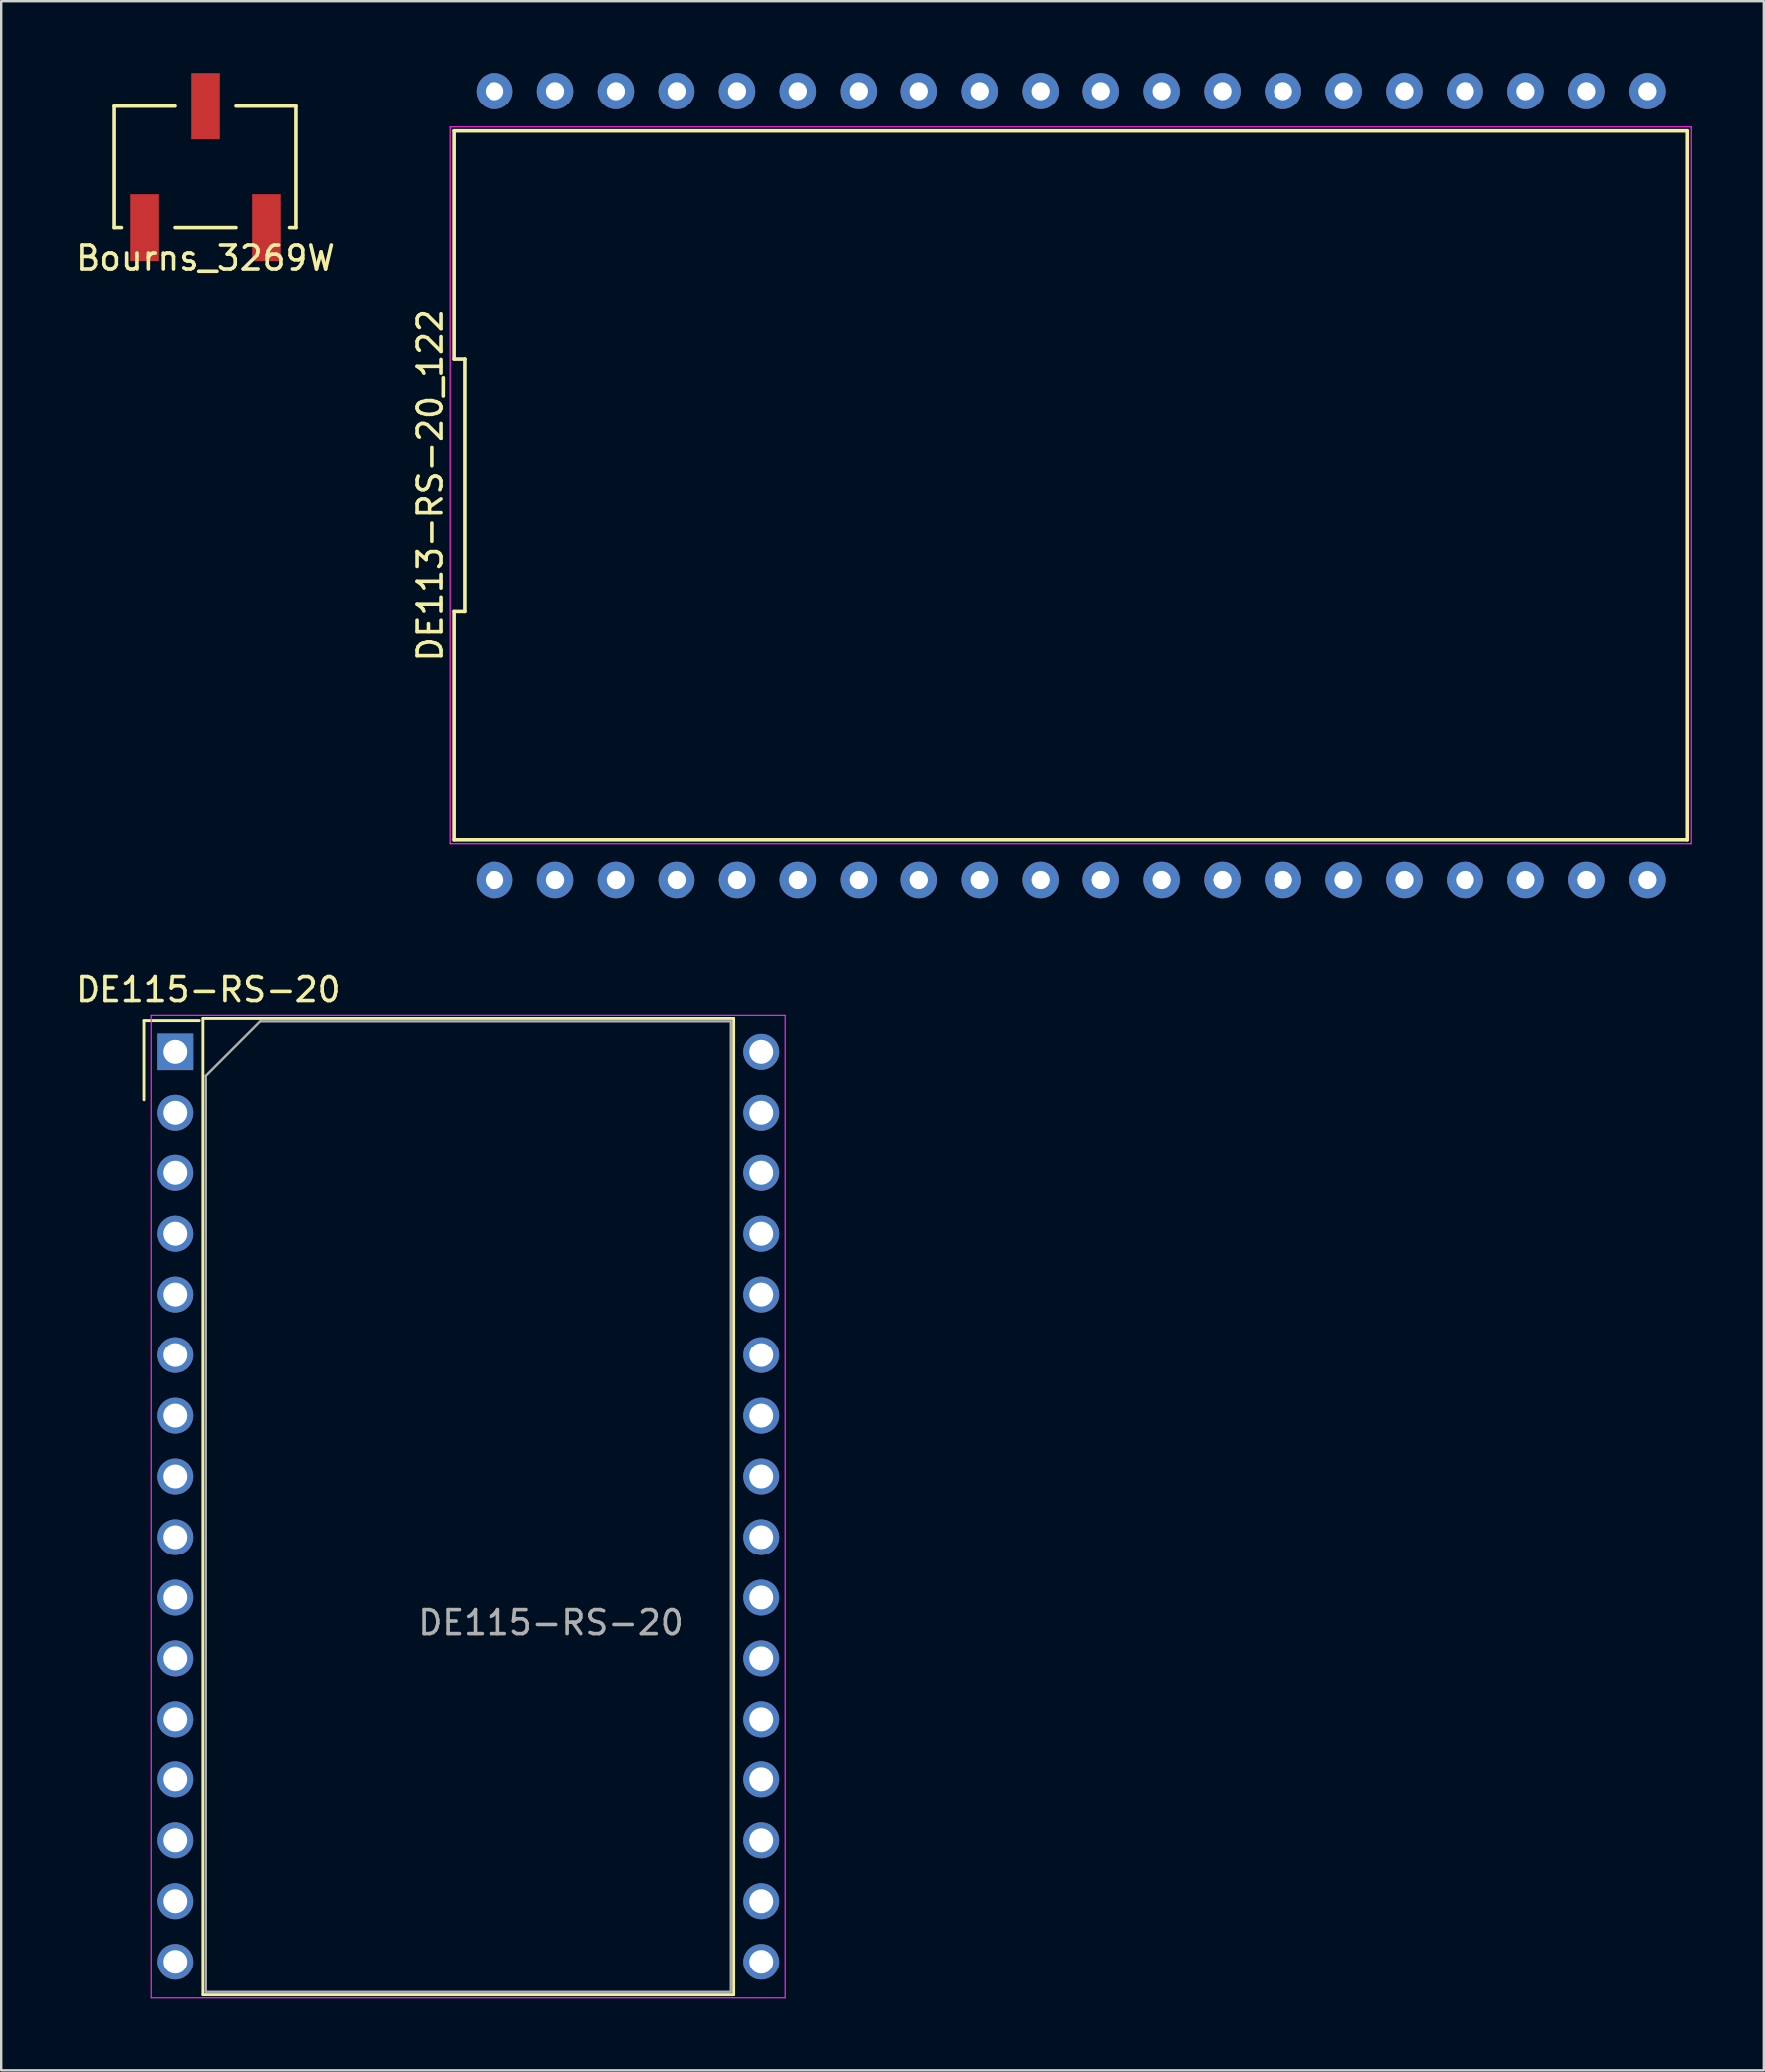
<source format=kicad_pcb>
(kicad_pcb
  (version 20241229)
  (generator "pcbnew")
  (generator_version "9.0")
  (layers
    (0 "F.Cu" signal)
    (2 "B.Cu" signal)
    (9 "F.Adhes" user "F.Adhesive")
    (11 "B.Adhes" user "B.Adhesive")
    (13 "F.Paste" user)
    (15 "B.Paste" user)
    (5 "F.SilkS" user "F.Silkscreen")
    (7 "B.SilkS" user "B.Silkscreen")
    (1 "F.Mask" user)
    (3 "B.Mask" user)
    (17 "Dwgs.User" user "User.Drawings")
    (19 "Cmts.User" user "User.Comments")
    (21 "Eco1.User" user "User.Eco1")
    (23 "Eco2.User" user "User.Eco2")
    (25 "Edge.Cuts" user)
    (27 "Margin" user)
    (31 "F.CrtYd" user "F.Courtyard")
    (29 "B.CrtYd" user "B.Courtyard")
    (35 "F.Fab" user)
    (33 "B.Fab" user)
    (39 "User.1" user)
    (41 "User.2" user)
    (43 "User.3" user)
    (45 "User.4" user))
  (footprint "DE113-RS-20_122"
    (layer "F.Cu")
    (at 41.79 17.272)
    (property "Reference" "DE113-RS-20_122" (at -26.835 0 90) (layer "F.SilkS") (effects (font (size 1 1) (thickness 0.15))))
    (attr through_hole)
    (fp_line (start -25.835 -5.278) (end -25.385 -5.278) (stroke (width 0.15) (type solid)) (layer "F.SilkS"))
    (fp_line (start -25.835 5.278) (end -25.835 14.835) (stroke (width 0.15) (type solid)) (layer "F.SilkS"))
    (fp_line (start -25.835 14.835) (end 25.835 14.835) (stroke (width 0.15) (type solid)) (layer "F.SilkS"))
    (fp_line (start -25.835 -14.835) (end -25.835 -5.278) (stroke (width 0.15) (type solid)) (layer "F.SilkS"))
    (fp_line (start -25.385 -5.278) (end -25.385 5.278) (stroke (width 0.15) (type solid)) (layer "F.SilkS"))
    (fp_line (start -25.385 5.278) (end -25.835 5.278) (stroke (width 0.15) (type solid)) (layer "F.SilkS"))
    (fp_line (start 25.835 -14.835) (end -25.835 -14.835) (stroke (width 0.15) (type solid)) (layer "F.SilkS"))
    (fp_line (start 25.835 14.835) (end 25.835 -14.835) (stroke (width 0.15) (type solid)) (layer "F.SilkS"))
    (fp_line (start -26 -15) (end 26 -15) (stroke (width 0.05) (type solid)) (layer "F.CrtYd"))
    (fp_line (start -26 15) (end -26 -15) (stroke (width 0.05) (type solid)) (layer "F.CrtYd"))
    (fp_line (start 26 -15) (end 26 15) (stroke (width 0.05) (type solid)) (layer "F.CrtYd"))
    (fp_line (start 26 15) (end -26 15) (stroke (width 0.05) (type solid)) (layer "F.CrtYd"))
    (pad "1" thru_hole circle (at -24.13 16.51) (size 1.524 1.524) (drill 0.762) (layers "*.Cu" "*.Mask"))
    (pad "2" thru_hole circle (at -21.59 16.51) (size 1.524 1.524) (drill 0.762) (layers "*.Cu" "*.Mask"))
    (pad "3" thru_hole circle (at -19.05 16.51) (size 1.524 1.524) (drill 0.762) (layers "*.Cu" "*.Mask"))
    (pad "4" thru_hole circle (at -16.51 16.51) (size 1.524 1.524) (drill 0.762) (layers "*.Cu" "*.Mask"))
    (pad "5" thru_hole circle (at -13.97 16.51) (size 1.524 1.524) (drill 0.762) (layers "*.Cu" "*.Mask"))
    (pad "6" thru_hole circle (at -11.43 16.51) (size 1.524 1.524) (drill 0.762) (layers "*.Cu" "*.Mask"))
    (pad "7" thru_hole circle (at -8.89 16.51) (size 1.524 1.524) (drill 0.762) (layers "*.Cu" "*.Mask"))
    (pad "8" thru_hole circle (at -6.35 16.51) (size 1.524 1.524) (drill 0.762) (layers "*.Cu" "*.Mask"))
    (pad "9" thru_hole circle (at -3.81 16.51) (size 1.524 1.524) (drill 0.762) (layers "*.Cu" "*.Mask"))
    (pad "10" thru_hole circle (at -1.27 16.51) (size 1.524 1.524) (drill 0.762) (layers "*.Cu" "*.Mask"))
    (pad "11" thru_hole circle (at 1.27 16.51) (size 1.524 1.524) (drill 0.762) (layers "*.Cu" "*.Mask"))
    (pad "12" thru_hole circle (at 3.81 16.51) (size 1.524 1.524) (drill 0.762) (layers "*.Cu" "*.Mask"))
    (pad "13" thru_hole circle (at 6.35 16.51) (size 1.524 1.524) (drill 0.762) (layers "*.Cu" "*.Mask"))
    (pad "14" thru_hole circle (at 8.89 16.51) (size 1.524 1.524) (drill 0.762) (layers "*.Cu" "*.Mask"))
    (pad "15" thru_hole circle (at 11.43 16.51) (size 1.524 1.524) (drill 0.762) (layers "*.Cu" "*.Mask"))
    (pad "16" thru_hole circle (at 13.97 16.51) (size 1.524 1.524) (drill 0.762) (layers "*.Cu" "*.Mask"))
    (pad "17" thru_hole circle (at 16.51 16.51) (size 1.524 1.524) (drill 0.762) (layers "*.Cu" "*.Mask"))
    (pad "18" thru_hole circle (at 19.05 16.51) (size 1.524 1.524) (drill 0.762) (layers "*.Cu" "*.Mask"))
    (pad "19" thru_hole circle (at 21.59 16.51) (size 1.524 1.524) (drill 0.762) (layers "*.Cu" "*.Mask"))
    (pad "20" thru_hole circle (at 24.13 16.51) (size 1.524 1.524) (drill 0.762) (layers "*.Cu" "*.Mask"))
    (pad "21" thru_hole circle (at 24.13 -16.51) (size 1.524 1.524) (drill 0.762) (layers "*.Cu" "*.Mask"))
    (pad "22" thru_hole circle (at 21.59 -16.51) (size 1.524 1.524) (drill 0.762) (layers "*.Cu" "*.Mask"))
    (pad "23" thru_hole circle (at 19.05 -16.51) (size 1.524 1.524) (drill 0.762) (layers "*.Cu" "*.Mask"))
    (pad "24" thru_hole circle (at 16.51 -16.51) (size 1.524 1.524) (drill 0.762) (layers "*.Cu" "*.Mask"))
    (pad "25" thru_hole circle (at 13.97 -16.51) (size 1.524 1.524) (drill 0.762) (layers "*.Cu" "*.Mask"))
    (pad "26" thru_hole circle (at 11.43 -16.51) (size 1.524 1.524) (drill 0.762) (layers "*.Cu" "*.Mask"))
    (pad "27" thru_hole circle (at 8.89 -16.51) (size 1.524 1.524) (drill 0.762) (layers "*.Cu" "*.Mask"))
    (pad "28" thru_hole circle (at 6.35 -16.51) (size 1.524 1.524) (drill 0.762) (layers "*.Cu" "*.Mask"))
    (pad "29" thru_hole circle (at 3.81 -16.51) (size 1.524 1.524) (drill 0.762) (layers "*.Cu" "*.Mask"))
    (pad "30" thru_hole circle (at 1.27 -16.51) (size 1.524 1.524) (drill 0.762) (layers "*.Cu" "*.Mask"))
    (pad "31" thru_hole circle (at -1.27 -16.51) (size 1.524 1.524) (drill 0.762) (layers "*.Cu" "*.Mask"))
    (pad "32" thru_hole circle (at -3.81 -16.51) (size 1.524 1.524) (drill 0.762) (layers "*.Cu" "*.Mask"))
    (pad "33" thru_hole circle (at -6.35 -16.51) (size 1.524 1.524) (drill 0.762) (layers "*.Cu" "*.Mask"))
    (pad "34" thru_hole circle (at -8.89 -16.51) (size 1.524 1.524) (drill 0.762) (layers "*.Cu" "*.Mask"))
    (pad "35" thru_hole circle (at -11.43 -16.51) (size 1.524 1.524) (drill 0.762) (layers "*.Cu" "*.Mask"))
    (pad "36" thru_hole circle (at -13.97 -16.51) (size 1.524 1.524) (drill 0.762) (layers "*.Cu" "*.Mask"))
    (pad "37" thru_hole circle (at -16.51 -16.51) (size 1.524 1.524) (drill 0.762) (layers "*.Cu" "*.Mask"))
    (pad "38" thru_hole circle (at -19.05 -16.51) (size 1.524 1.524) (drill 0.762) (layers "*.Cu" "*.Mask"))
    (pad "39" thru_hole circle (at -21.59 -16.51) (size 1.524 1.524) (drill 0.762) (layers "*.Cu" "*.Mask"))
    (pad "40" thru_hole circle (at -24.13 -16.51) (size 1.524 1.524) (drill 0.762) (layers "*.Cu" "*.Mask")))
  (footprint "DE115-RS-20"
    (layer "F.Cu")
    (at 4.293 40.982)
    (property "Reference" "DE115-RS-20" (at 1.38 -2.59 0) (layer "F.SilkS") (effects (font (size 1 1) (thickness 0.15))))
    (attr through_hole)
    (fp_line (start -1.3 -1.3) (end -1.3 2) (stroke (width 0.12) (type solid)) (layer "F.SilkS"))
    (fp_line (start -1.3 -1.3) (end 1 -1.3) (stroke (width 0.12) (type solid)) (layer "F.SilkS"))
    (fp_line (start 1.15 -1.39) (end 23.39 -1.39) (stroke (width 0.12) (type solid)) (layer "F.SilkS"))
    (fp_line (start 1.15 39.49) (end 1.15 -1.39) (stroke (width 0.12) (type solid)) (layer "F.SilkS"))
    (fp_line (start 23.39 -1.39) (end 23.39 39.49) (stroke (width 0.12) (type solid)) (layer "F.SilkS"))
    (fp_line (start 23.39 39.49) (end 1.15 39.49) (stroke (width 0.12) (type solid)) (layer "F.SilkS"))
    (fp_line (start -1 -1.52) (end 25.54 -1.52) (stroke (width 0.05) (type solid)) (layer "F.CrtYd"))
    (fp_line (start -1 39.62) (end -1 -1.52) (stroke (width 0.05) (type solid)) (layer "F.CrtYd"))
    (fp_line (start 25.54 -1.52) (end 25.54 39.62) (stroke (width 0.05) (type solid)) (layer "F.CrtYd"))
    (fp_line (start 25.54 39.62) (end -1 39.62) (stroke (width 0.05) (type solid)) (layer "F.CrtYd"))
    (fp_line (start 1.27 1) (end 3.54 -1.27) (stroke (width 0.1) (type solid)) (layer "F.Fab"))
    (fp_line (start 1.27 39.37) (end 1.27 1) (stroke (width 0.1) (type solid)) (layer "F.Fab"))
    (fp_line (start 3.54 -1.27) (end 23.27 -1.27) (stroke (width 0.1) (type solid)) (layer "F.Fab"))
    (fp_line (start 23.27 -1.27) (end 23.27 39.37) (stroke (width 0.1) (type solid)) (layer "F.Fab"))
    (fp_line (start 23.27 39.37) (end 1.27 39.37) (stroke (width 0.1) (type solid)) (layer "F.Fab"))
    (fp_text user "${REFERENCE}" (at 15.72 23.91 0) (layer "F.Fab") (effects (font (size 1 1) (thickness 0.15))))
    (pad "1" thru_hole rect (at 0 0) (size 1.5 1.524) (drill 1) (layers "*.Cu" "*.Mask"))
    (pad "2" thru_hole circle (at 0 2.54) (size 1.5 1.5) (drill 1) (layers "*.Cu" "*.Mask"))
    (pad "3" thru_hole circle (at 0 5.08) (size 1.5 1.5) (drill 1) (layers "*.Cu" "*.Mask"))
    (pad "4" thru_hole circle (at 0 7.62) (size 1.5 1.5) (drill 1) (layers "*.Cu" "*.Mask"))
    (pad "5" thru_hole circle (at 0 10.16) (size 1.5 1.5) (drill 1) (layers "*.Cu" "*.Mask"))
    (pad "6" thru_hole circle (at 0 12.7) (size 1.5 1.5) (drill 1) (layers "*.Cu" "*.Mask"))
    (pad "7" thru_hole circle (at 0 15.24) (size 1.5 1.5) (drill 1) (layers "*.Cu" "*.Mask"))
    (pad "8" thru_hole circle (at 0 17.78) (size 1.5 1.5) (drill 1) (layers "*.Cu" "*.Mask"))
    (pad "9" thru_hole circle (at 0 20.32) (size 1.5 1.5) (drill 1) (layers "*.Cu" "*.Mask"))
    (pad "10" thru_hole circle (at 0 22.86) (size 1.5 1.5) (drill 1) (layers "*.Cu" "*.Mask"))
    (pad "11" thru_hole circle (at 0 25.4) (size 1.5 1.5) (drill 1) (layers "*.Cu" "*.Mask"))
    (pad "12" thru_hole circle (at 0 27.94) (size 1.5 1.5) (drill 1) (layers "*.Cu" "*.Mask"))
    (pad "13" thru_hole circle (at 0 30.48) (size 1.5 1.5) (drill 1) (layers "*.Cu" "*.Mask"))
    (pad "14" thru_hole circle (at 0 33.02) (size 1.5 1.5) (drill 1) (layers "*.Cu" "*.Mask"))
    (pad "15" thru_hole circle (at 0 35.56) (size 1.5 1.5) (drill 1) (layers "*.Cu" "*.Mask"))
    (pad "16" thru_hole circle (at 0 38.1) (size 1.5 1.5) (drill 1) (layers "*.Cu" "*.Mask"))
    (pad "17" thru_hole circle (at 24.54 38.1) (size 1.5 1.5) (drill 1) (layers "*.Cu" "*.Mask"))
    (pad "18" thru_hole circle (at 24.54 35.56) (size 1.5 1.5) (drill 1) (layers "*.Cu" "*.Mask"))
    (pad "19" thru_hole circle (at 24.54 33.02) (size 1.5 1.5) (drill 1) (layers "*.Cu" "*.Mask"))
    (pad "20" thru_hole circle (at 24.54 30.48) (size 1.5 1.5) (drill 1) (layers "*.Cu" "*.Mask"))
    (pad "21" thru_hole circle (at 24.54 27.94) (size 1.5 1.5) (drill 1) (layers "*.Cu" "*.Mask"))
    (pad "22" thru_hole circle (at 24.54 25.4) (size 1.5 1.5) (drill 1) (layers "*.Cu" "*.Mask"))
    (pad "23" thru_hole circle (at 24.54 22.86) (size 1.5 1.5) (drill 1) (layers "*.Cu" "*.Mask"))
    (pad "24" thru_hole circle (at 24.54 20.32) (size 1.5 1.5) (drill 1) (layers "*.Cu" "*.Mask"))
    (pad "25" thru_hole circle (at 24.54 17.78) (size 1.5 1.5) (drill 1) (layers "*.Cu" "*.Mask"))
    (pad "26" thru_hole circle (at 24.54 15.24) (size 1.5 1.5) (drill 1) (layers "*.Cu" "*.Mask"))
    (pad "27" thru_hole circle (at 24.54 12.7) (size 1.5 1.5) (drill 1) (layers "*.Cu" "*.Mask"))
    (pad "28" thru_hole circle (at 24.54 10.16) (size 1.5 1.5) (drill 1) (layers "*.Cu" "*.Mask"))
    (pad "29" thru_hole circle (at 24.54 7.62) (size 1.5 1.5) (drill 1) (layers "*.Cu" "*.Mask"))
    (pad "30" thru_hole circle (at 24.54 5.08) (size 1.5 1.5) (drill 1) (layers "*.Cu" "*.Mask"))
    (pad "31" thru_hole circle (at 24.54 2.54) (size 1.5 1.5) (drill 1) (layers "*.Cu" "*.Mask"))
    (pad "32" thru_hole circle (at 24.54 0) (size 1.5 1.5) (drill 1) (layers "*.Cu" "*.Mask")))
  (footprint "Bourns_3269W"
    (layer "F.Cu")
    (at 5.554 3.935)
    (property "Reference" "Bourns_3269W" (at 0 3.81 0) (layer "F.SilkS") (effects (font (size 1 1) (thickness 0.15))))
    (attr through_hole)
    (fp_line (start -3.81 -2.54) (end -3.81 2.54) (stroke (width 0.15) (type solid)) (layer "F.SilkS"))
    (fp_line (start -3.81 2.54) (end -3.5 2.54) (stroke (width 0.15) (type solid)) (layer "F.SilkS"))
    (fp_line (start -1.27 -2.54) (end -3.81 -2.54) (stroke (width 0.15) (type solid)) (layer "F.SilkS"))
    (fp_line (start -1.27 2.54) (end 1.27 2.54) (stroke (width 0.15) (type solid)) (layer "F.SilkS"))
    (fp_line (start 1.27 -2.54) (end 3.81 -2.54) (stroke (width 0.15) (type solid)) (layer "F.SilkS"))
    (fp_line (start 3.81 -2.54) (end 3.81 2.54) (stroke (width 0.15) (type solid)) (layer "F.SilkS"))
    (fp_line (start 3.81 2.54) (end 3.5 2.54) (stroke (width 0.15) (type solid)) (layer "F.SilkS"))
    (pad "1" smd rect (at -2.54 2.54) (size 1.19 2.79) (layers "F.Cu" "F.Mask" "F.Paste"))
    (pad "2" smd rect (at 0 -2.54) (size 1.19 2.79) (layers "F.Cu" "F.Mask" "F.Paste"))
    (pad "3" smd rect (at 2.54 2.54) (size 1.19 2.79) (layers "F.Cu" "F.Mask" "F.Paste")))
  (gr_rect
    (start -3 -3)
    (end 70.815 83.627)
    (stroke (width 0.1) (type default))
    (fill no)
    (layer "Edge.Cuts")))
</source>
